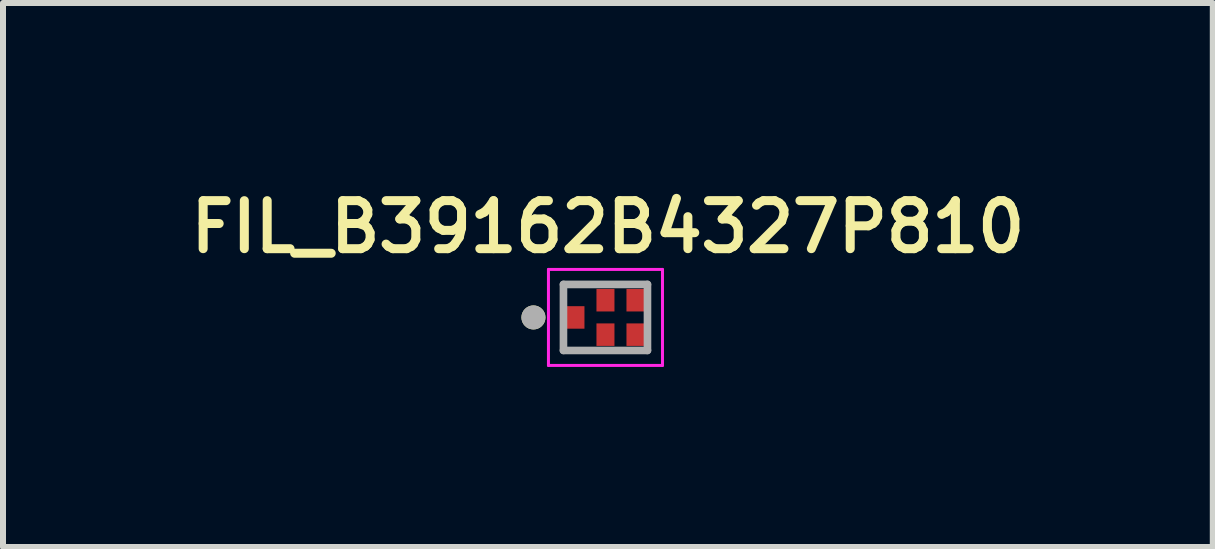
<source format=kicad_pcb>
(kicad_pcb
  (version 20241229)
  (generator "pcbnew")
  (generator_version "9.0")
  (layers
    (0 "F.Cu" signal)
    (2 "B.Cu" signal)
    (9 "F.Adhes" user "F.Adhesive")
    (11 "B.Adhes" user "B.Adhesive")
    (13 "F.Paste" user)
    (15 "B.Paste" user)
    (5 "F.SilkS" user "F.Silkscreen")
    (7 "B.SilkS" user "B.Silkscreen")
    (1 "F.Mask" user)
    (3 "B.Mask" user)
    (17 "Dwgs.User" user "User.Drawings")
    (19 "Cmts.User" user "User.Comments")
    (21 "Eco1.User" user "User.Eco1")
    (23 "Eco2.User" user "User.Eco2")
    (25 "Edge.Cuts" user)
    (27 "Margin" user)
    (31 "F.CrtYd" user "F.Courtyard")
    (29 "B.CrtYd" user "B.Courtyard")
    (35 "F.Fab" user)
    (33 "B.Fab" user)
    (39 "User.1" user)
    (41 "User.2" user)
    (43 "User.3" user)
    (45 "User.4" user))
  (footprint "FIL_B39162B4327P810"
    (layer "F.Cu")
    (at 7.038 2.239)
    (property "Reference" "FIL_B39162B4327P810" (at 0.04 -1.508 0) (layer "F.SilkS") (effects (font (size 0.8 0.8) (thickness 0.15))))
    (attr smd)
    (fp_circle (center -1.2 0) (end -1.1 0) (stroke (width 0.2) (type solid)) (fill no) (layer "F.SilkS"))
    (fp_line (start -0.95 -0.8) (end -0.95 0.8) (stroke (width 0.05) (type solid)) (layer "F.CrtYd"))
    (fp_line (start -0.95 -0.8) (end 0.95 -0.8) (stroke (width 0.05) (type solid)) (layer "F.CrtYd"))
    (fp_line (start -0.95 0.8) (end 0.95 0.8) (stroke (width 0.05) (type solid)) (layer "F.CrtYd"))
    (fp_line (start 0.95 -0.8) (end 0.95 0.8) (stroke (width 0.05) (type solid)) (layer "F.CrtYd"))
    (fp_line (start -0.7 -0.55) (end -0.7 0.55) (stroke (width 0.127) (type solid)) (layer "F.Fab"))
    (fp_line (start -0.7 -0.55) (end 0.7 -0.55) (stroke (width 0.127) (type solid)) (layer "F.Fab"))
    (fp_line (start -0.7 0.55) (end 0.7 0.55) (stroke (width 0.127) (type solid)) (layer "F.Fab"))
    (fp_line (start 0.7 0.55) (end 0.7 -0.55) (stroke (width 0.127) (type solid)) (layer "F.Fab"))
    (fp_circle (center -1.2 0) (end -1.1 0) (stroke (width 0.2) (type solid)) (fill no) (layer "F.Fab"))
    (pad "1" smd rect (at -0.5 0) (size 0.3 0.375) (layers "F.Cu" "F.Mask" "F.Paste"))
    (pad "2" smd rect (at 0 0.287) (size 0.3 0.375) (layers "F.Cu" "F.Mask" "F.Paste"))
    (pad "3" smd rect (at 0.5 0.287) (size 0.3 0.375) (layers "F.Cu" "F.Mask" "F.Paste"))
    (pad "4" smd rect (at 0.5 -0.287) (size 0.3 0.375) (layers "F.Cu" "F.Mask" "F.Paste"))
    (pad "5" smd rect (at 0 -0.287) (size 0.3 0.375) (layers "F.Cu" "F.Mask" "F.Paste")))
  (gr_rect
    (start -3 -3)
    (end 17.157 6.064)
    (stroke (width 0.1) (type default))
    (fill no)
    (layer "Edge.Cuts")))
</source>
